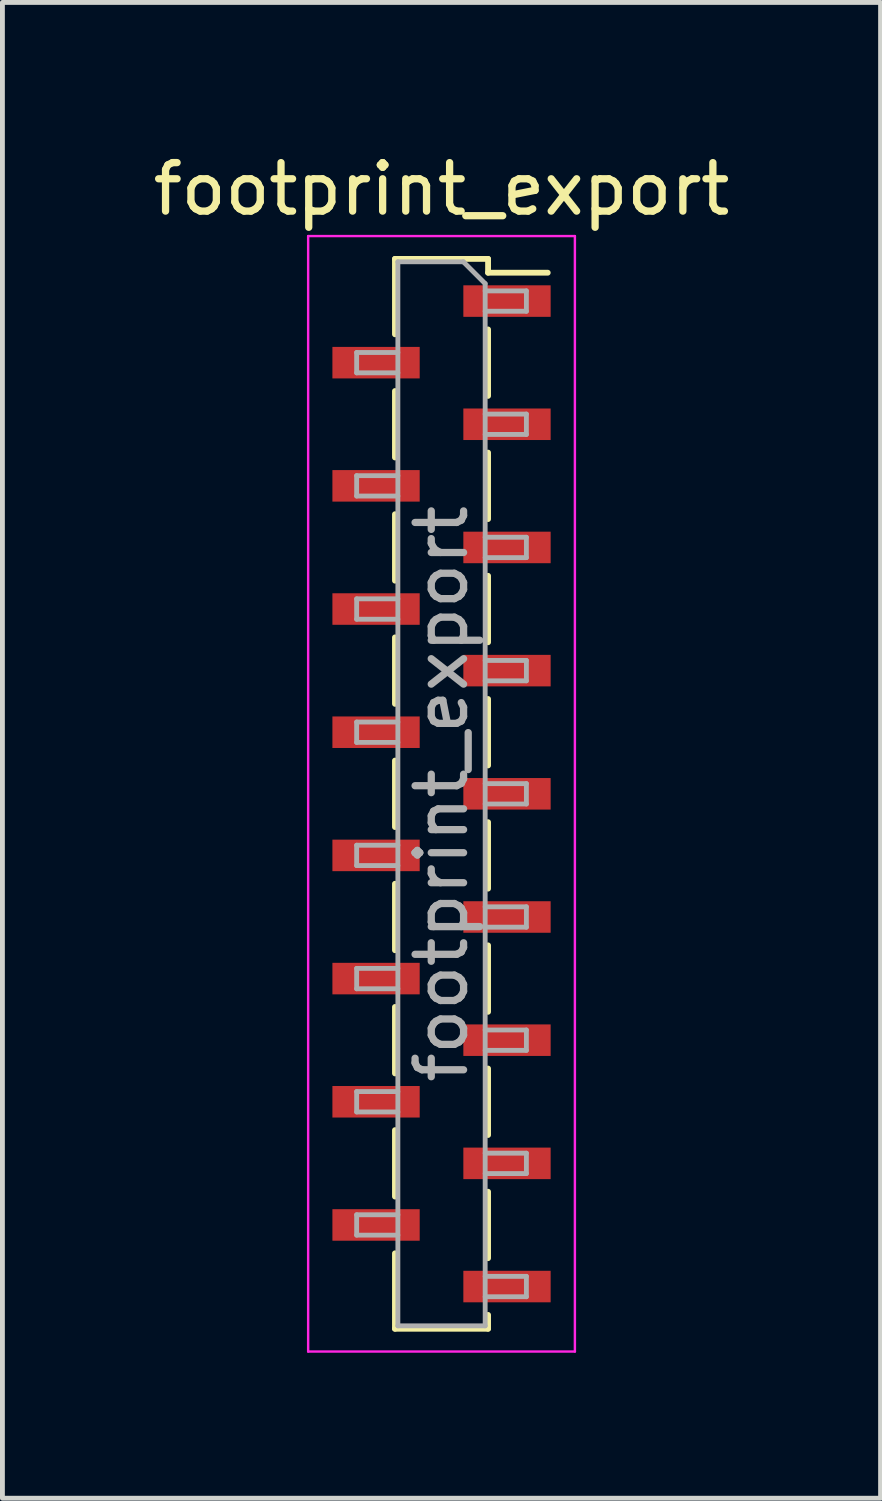
<source format=kicad_pcb>
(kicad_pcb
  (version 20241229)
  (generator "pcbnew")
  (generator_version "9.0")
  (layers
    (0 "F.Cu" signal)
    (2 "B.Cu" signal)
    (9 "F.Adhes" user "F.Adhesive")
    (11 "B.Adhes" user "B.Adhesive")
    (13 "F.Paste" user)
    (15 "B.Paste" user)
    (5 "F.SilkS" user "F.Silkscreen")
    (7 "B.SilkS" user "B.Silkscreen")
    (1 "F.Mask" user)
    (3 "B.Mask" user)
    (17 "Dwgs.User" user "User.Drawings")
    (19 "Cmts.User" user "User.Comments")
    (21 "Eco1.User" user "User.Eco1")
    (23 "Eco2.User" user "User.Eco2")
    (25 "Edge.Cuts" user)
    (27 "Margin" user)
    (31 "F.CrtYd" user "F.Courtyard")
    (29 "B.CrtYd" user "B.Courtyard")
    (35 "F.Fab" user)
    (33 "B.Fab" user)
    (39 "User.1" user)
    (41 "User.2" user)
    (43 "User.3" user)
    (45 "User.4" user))
  (footprint "footprint_export"
    (layer "F.Cu")
    (at 6.054 13.318)
    (property "Reference" "footprint_export" (at 0 -12.47 0) (layer "F.SilkS") (effects (font (size 1 1) (thickness 0.15))))
    (attr smd)
    (fp_line (start -0.96 -11.03) (end -0.96 -9.475) (stroke (width 0.12) (type solid)) (layer "F.SilkS"))
    (fp_line (start -0.96 -11.03) (end 0.96 -11.03) (stroke (width 0.12) (type solid)) (layer "F.SilkS"))
    (fp_line (start -0.96 -8.305) (end -0.96 -6.935) (stroke (width 0.12) (type solid)) (layer "F.SilkS"))
    (fp_line (start -0.96 -5.765) (end -0.96 -4.395) (stroke (width 0.12) (type solid)) (layer "F.SilkS"))
    (fp_line (start -0.96 -3.225) (end -0.96 -1.855) (stroke (width 0.12) (type solid)) (layer "F.SilkS"))
    (fp_line (start -0.96 -0.685) (end -0.96 0.685) (stroke (width 0.12) (type solid)) (layer "F.SilkS"))
    (fp_line (start -0.96 1.855) (end -0.96 3.225) (stroke (width 0.12) (type solid)) (layer "F.SilkS"))
    (fp_line (start -0.96 4.395) (end -0.96 5.765) (stroke (width 0.12) (type solid)) (layer "F.SilkS"))
    (fp_line (start -0.96 6.935) (end -0.96 8.305) (stroke (width 0.12) (type solid)) (layer "F.SilkS"))
    (fp_line (start -0.96 9.475) (end -0.96 11.03) (stroke (width 0.12) (type solid)) (layer "F.SilkS"))
    (fp_line (start -0.96 11.03) (end 0.96 11.03) (stroke (width 0.12) (type solid)) (layer "F.SilkS"))
    (fp_line (start 0.96 -11.03) (end 0.96 -10.745) (stroke (width 0.12) (type solid)) (layer "F.SilkS"))
    (fp_line (start 0.96 -10.745) (end 2.19 -10.745) (stroke (width 0.12) (type solid)) (layer "F.SilkS"))
    (fp_line (start 0.96 -9.575) (end 0.96 -8.205) (stroke (width 0.12) (type solid)) (layer "F.SilkS"))
    (fp_line (start 0.96 -7.035) (end 0.96 -5.665) (stroke (width 0.12) (type solid)) (layer "F.SilkS"))
    (fp_line (start 0.96 -4.495) (end 0.96 -3.125) (stroke (width 0.12) (type solid)) (layer "F.SilkS"))
    (fp_line (start 0.96 -1.955) (end 0.96 -0.585) (stroke (width 0.12) (type solid)) (layer "F.SilkS"))
    (fp_line (start 0.96 0.585) (end 0.96 1.955) (stroke (width 0.12) (type solid)) (layer "F.SilkS"))
    (fp_line (start 0.96 3.125) (end 0.96 4.495) (stroke (width 0.12) (type solid)) (layer "F.SilkS"))
    (fp_line (start 0.96 5.665) (end 0.96 7.035) (stroke (width 0.12) (type solid)) (layer "F.SilkS"))
    (fp_line (start 0.96 8.205) (end 0.96 9.575) (stroke (width 0.12) (type solid)) (layer "F.SilkS"))
    (fp_line (start 0.96 10.745) (end 0.96 11.03) (stroke (width 0.12) (type solid)) (layer "F.SilkS"))
    (fp_line (start -2.75 -11.5) (end 2.75 -11.5) (stroke (width 0.05) (type solid)) (layer "F.CrtYd"))
    (fp_line (start -2.75 11.5) (end -2.75 -11.5) (stroke (width 0.05) (type solid)) (layer "F.CrtYd"))
    (fp_line (start 2.75 -11.5) (end 2.75 11.5) (stroke (width 0.05) (type solid)) (layer "F.CrtYd"))
    (fp_line (start 2.75 11.5) (end -2.75 11.5) (stroke (width 0.05) (type solid)) (layer "F.CrtYd"))
    (fp_line (start -1.75 -9.1) (end -0.9 -9.1) (stroke (width 0.1) (type solid)) (layer "F.Fab"))
    (fp_line (start -1.75 -8.68) (end -1.75 -9.1) (stroke (width 0.1) (type solid)) (layer "F.Fab"))
    (fp_line (start -1.75 -6.56) (end -0.9 -6.56) (stroke (width 0.1) (type solid)) (layer "F.Fab"))
    (fp_line (start -1.75 -6.14) (end -1.75 -6.56) (stroke (width 0.1) (type solid)) (layer "F.Fab"))
    (fp_line (start -1.75 -4.02) (end -0.9 -4.02) (stroke (width 0.1) (type solid)) (layer "F.Fab"))
    (fp_line (start -1.75 -3.6) (end -1.75 -4.02) (stroke (width 0.1) (type solid)) (layer "F.Fab"))
    (fp_line (start -1.75 -1.48) (end -0.9 -1.48) (stroke (width 0.1) (type solid)) (layer "F.Fab"))
    (fp_line (start -1.75 -1.06) (end -1.75 -1.48) (stroke (width 0.1) (type solid)) (layer "F.Fab"))
    (fp_line (start -1.75 1.06) (end -0.9 1.06) (stroke (width 0.1) (type solid)) (layer "F.Fab"))
    (fp_line (start -1.75 1.48) (end -1.75 1.06) (stroke (width 0.1) (type solid)) (layer "F.Fab"))
    (fp_line (start -1.75 3.6) (end -0.9 3.6) (stroke (width 0.1) (type solid)) (layer "F.Fab"))
    (fp_line (start -1.75 4.02) (end -1.75 3.6) (stroke (width 0.1) (type solid)) (layer "F.Fab"))
    (fp_line (start -1.75 6.14) (end -0.9 6.14) (stroke (width 0.1) (type solid)) (layer "F.Fab"))
    (fp_line (start -1.75 6.56) (end -1.75 6.14) (stroke (width 0.1) (type solid)) (layer "F.Fab"))
    (fp_line (start -1.75 8.68) (end -0.9 8.68) (stroke (width 0.1) (type solid)) (layer "F.Fab"))
    (fp_line (start -1.75 9.1) (end -1.75 8.68) (stroke (width 0.1) (type solid)) (layer "F.Fab"))
    (fp_line (start -0.9 -10.97) (end 0.45 -10.97) (stroke (width 0.1) (type solid)) (layer "F.Fab"))
    (fp_line (start -0.9 -8.68) (end -1.75 -8.68) (stroke (width 0.1) (type solid)) (layer "F.Fab"))
    (fp_line (start -0.9 -6.14) (end -1.75 -6.14) (stroke (width 0.1) (type solid)) (layer "F.Fab"))
    (fp_line (start -0.9 -3.6) (end -1.75 -3.6) (stroke (width 0.1) (type solid)) (layer "F.Fab"))
    (fp_line (start -0.9 -1.06) (end -1.75 -1.06) (stroke (width 0.1) (type solid)) (layer "F.Fab"))
    (fp_line (start -0.9 1.48) (end -1.75 1.48) (stroke (width 0.1) (type solid)) (layer "F.Fab"))
    (fp_line (start -0.9 4.02) (end -1.75 4.02) (stroke (width 0.1) (type solid)) (layer "F.Fab"))
    (fp_line (start -0.9 6.56) (end -1.75 6.56) (stroke (width 0.1) (type solid)) (layer "F.Fab"))
    (fp_line (start -0.9 9.1) (end -1.75 9.1) (stroke (width 0.1) (type solid)) (layer "F.Fab"))
    (fp_line (start -0.9 10.97) (end -0.9 -10.97) (stroke (width 0.1) (type solid)) (layer "F.Fab"))
    (fp_line (start 0.45 -10.97) (end 0.9 -10.52) (stroke (width 0.1) (type solid)) (layer "F.Fab"))
    (fp_line (start 0.9 -10.52) (end 0.9 10.97) (stroke (width 0.1) (type solid)) (layer "F.Fab"))
    (fp_line (start 0.9 -10.37) (end 1.75 -10.37) (stroke (width 0.1) (type solid)) (layer "F.Fab"))
    (fp_line (start 0.9 -7.83) (end 1.75 -7.83) (stroke (width 0.1) (type solid)) (layer "F.Fab"))
    (fp_line (start 0.9 -5.29) (end 1.75 -5.29) (stroke (width 0.1) (type solid)) (layer "F.Fab"))
    (fp_line (start 0.9 -2.75) (end 1.75 -2.75) (stroke (width 0.1) (type solid)) (layer "F.Fab"))
    (fp_line (start 0.9 -0.21) (end 1.75 -0.21) (stroke (width 0.1) (type solid)) (layer "F.Fab"))
    (fp_line (start 0.9 2.33) (end 1.75 2.33) (stroke (width 0.1) (type solid)) (layer "F.Fab"))
    (fp_line (start 0.9 4.87) (end 1.75 4.87) (stroke (width 0.1) (type solid)) (layer "F.Fab"))
    (fp_line (start 0.9 7.41) (end 1.75 7.41) (stroke (width 0.1) (type solid)) (layer "F.Fab"))
    (fp_line (start 0.9 9.95) (end 1.75 9.95) (stroke (width 0.1) (type solid)) (layer "F.Fab"))
    (fp_line (start 0.9 10.97) (end -0.9 10.97) (stroke (width 0.1) (type solid)) (layer "F.Fab"))
    (fp_line (start 1.75 -10.37) (end 1.75 -9.95) (stroke (width 0.1) (type solid)) (layer "F.Fab"))
    (fp_line (start 1.75 -9.95) (end 0.9 -9.95) (stroke (width 0.1) (type solid)) (layer "F.Fab"))
    (fp_line (start 1.75 -7.83) (end 1.75 -7.41) (stroke (width 0.1) (type solid)) (layer "F.Fab"))
    (fp_line (start 1.75 -7.41) (end 0.9 -7.41) (stroke (width 0.1) (type solid)) (layer "F.Fab"))
    (fp_line (start 1.75 -5.29) (end 1.75 -4.87) (stroke (width 0.1) (type solid)) (layer "F.Fab"))
    (fp_line (start 1.75 -4.87) (end 0.9 -4.87) (stroke (width 0.1) (type solid)) (layer "F.Fab"))
    (fp_line (start 1.75 -2.75) (end 1.75 -2.33) (stroke (width 0.1) (type solid)) (layer "F.Fab"))
    (fp_line (start 1.75 -2.33) (end 0.9 -2.33) (stroke (width 0.1) (type solid)) (layer "F.Fab"))
    (fp_line (start 1.75 -0.21) (end 1.75 0.21) (stroke (width 0.1) (type solid)) (layer "F.Fab"))
    (fp_line (start 1.75 0.21) (end 0.9 0.21) (stroke (width 0.1) (type solid)) (layer "F.Fab"))
    (fp_line (start 1.75 2.33) (end 1.75 2.75) (stroke (width 0.1) (type solid)) (layer "F.Fab"))
    (fp_line (start 1.75 2.75) (end 0.9 2.75) (stroke (width 0.1) (type solid)) (layer "F.Fab"))
    (fp_line (start 1.75 4.87) (end 1.75 5.29) (stroke (width 0.1) (type solid)) (layer "F.Fab"))
    (fp_line (start 1.75 5.29) (end 0.9 5.29) (stroke (width 0.1) (type solid)) (layer "F.Fab"))
    (fp_line (start 1.75 7.41) (end 1.75 7.83) (stroke (width 0.1) (type solid)) (layer "F.Fab"))
    (fp_line (start 1.75 7.83) (end 0.9 7.83) (stroke (width 0.1) (type solid)) (layer "F.Fab"))
    (fp_line (start 1.75 9.95) (end 1.75 10.37) (stroke (width 0.1) (type solid)) (layer "F.Fab"))
    (fp_line (start 1.75 10.37) (end 0.9 10.37) (stroke (width 0.1) (type solid)) (layer "F.Fab"))
    (fp_text user "${REFERENCE}" (at 0 0 90) (layer "F.Fab") (effects (font (size 1 1) (thickness 0.15))))
    (pad "1" smd rect (at 1.35 -10.16) (size 1.8 0.65) (layers "F.Cu" "F.Mask" "F.Paste"))
    (pad "2" smd rect (at -1.35 -8.89) (size 1.8 0.65) (layers "F.Cu" "F.Mask" "F.Paste"))
    (pad "3" smd rect (at 1.35 -7.62) (size 1.8 0.65) (layers "F.Cu" "F.Mask" "F.Paste"))
    (pad "4" smd rect (at -1.35 -6.35) (size 1.8 0.65) (layers "F.Cu" "F.Mask" "F.Paste"))
    (pad "5" smd rect (at 1.35 -5.08) (size 1.8 0.65) (layers "F.Cu" "F.Mask" "F.Paste"))
    (pad "6" smd rect (at -1.35 -3.81) (size 1.8 0.65) (layers "F.Cu" "F.Mask" "F.Paste"))
    (pad "7" smd rect (at 1.35 -2.54) (size 1.8 0.65) (layers "F.Cu" "F.Mask" "F.Paste"))
    (pad "8" smd rect (at -1.35 -1.27) (size 1.8 0.65) (layers "F.Cu" "F.Mask" "F.Paste"))
    (pad "9" smd rect (at 1.35 0) (size 1.8 0.65) (layers "F.Cu" "F.Mask" "F.Paste"))
    (pad "10" smd rect (at -1.35 1.27) (size 1.8 0.65) (layers "F.Cu" "F.Mask" "F.Paste"))
    (pad "11" smd rect (at 1.35 2.54) (size 1.8 0.65) (layers "F.Cu" "F.Mask" "F.Paste"))
    (pad "12" smd rect (at -1.35 3.81) (size 1.8 0.65) (layers "F.Cu" "F.Mask" "F.Paste"))
    (pad "13" smd rect (at 1.35 5.08) (size 1.8 0.65) (layers "F.Cu" "F.Mask" "F.Paste"))
    (pad "14" smd rect (at -1.35 6.35) (size 1.8 0.65) (layers "F.Cu" "F.Mask" "F.Paste"))
    (pad "15" smd rect (at 1.35 7.62) (size 1.8 0.65) (layers "F.Cu" "F.Mask" "F.Paste"))
    (pad "16" smd rect (at -1.35 8.89) (size 1.8 0.65) (layers "F.Cu" "F.Mask" "F.Paste"))
    (pad "17" smd rect (at 1.35 10.16) (size 1.8 0.65) (layers "F.Cu" "F.Mask" "F.Paste")))
  (gr_rect
    (start -3 -3)
    (end 15.107 27.843)
    (stroke (width 0.1) (type default))
    (fill no)
    (layer "Edge.Cuts")))
</source>
